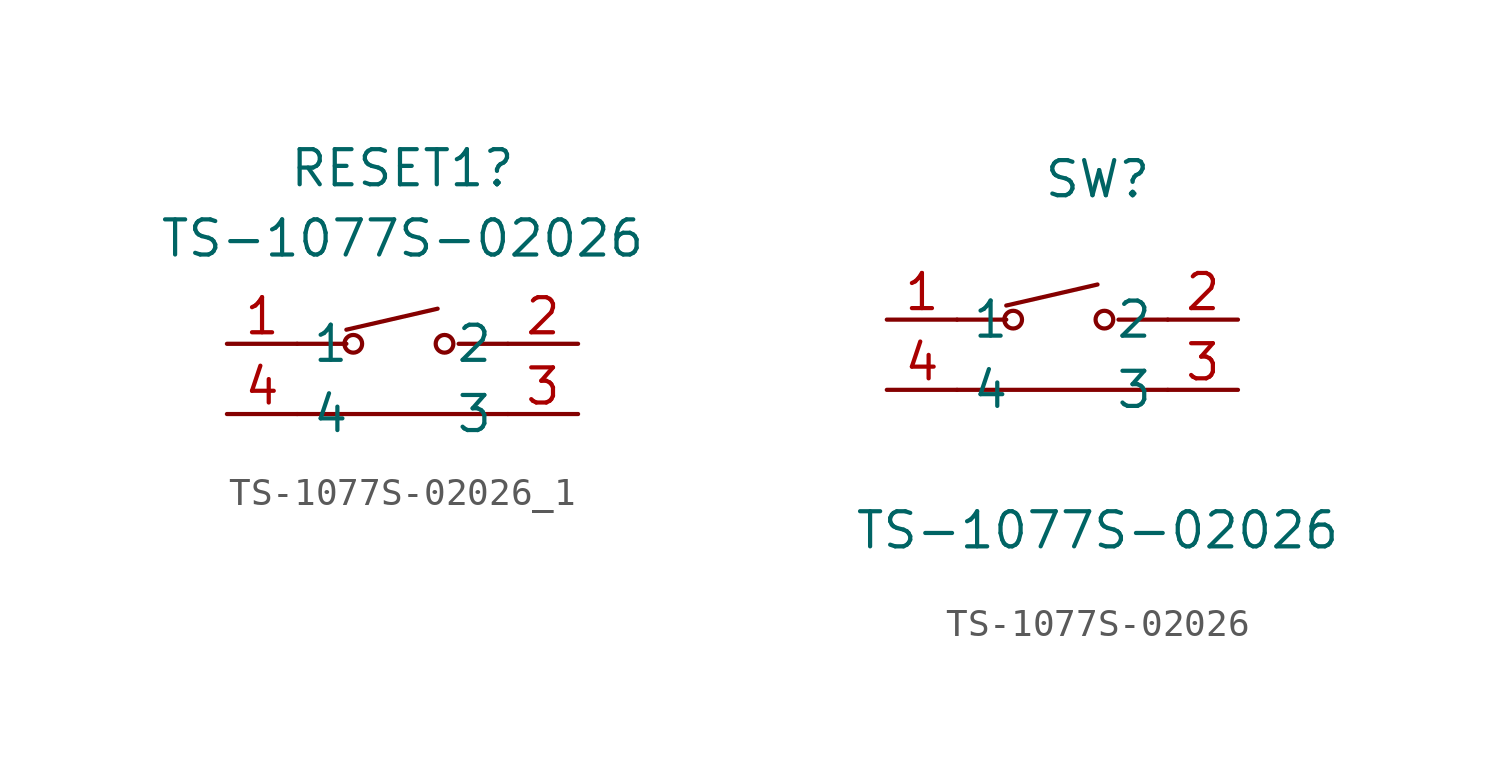
<source format=kicad_sym>
(kicad_symbol_lib
  (version 20241209)
  (generator "kicad_symbol_editor")
  (generator_version "9.0")
  (symbol "TS-1077S-02026_1"
    (property "Reference" "RESET1"
      (at -1.27 6.35 0)
      (effects (font (size 1.27 1.27))))
    (property "Value" "TS-1077S-02026"
      (at -1.27 3.81 0)
      (effects (font (size 1.27 1.27))))
    (symbol "TS-1077S-02026_1_0_1"
      (polyline (pts (xy -5.08 -2.54) (xy 2.54 -2.54)) (stroke (width 0) (type default)) (fill (type none)))
      (polyline (pts (xy -3.3 0.51) (xy 0 1.27)) (stroke (width 0) (type default)) (fill (type none)))
      (polyline (pts (xy -3.3 0) (xy -5.08 0)) (stroke (width 0) (type default)) (fill (type none)))
      (circle (center -3.05 0) (radius 0.32) (stroke (width 0) (type default)) (fill (type none)))
      (circle (center 0.25 0) (radius 0.32) (stroke (width 0) (type default)) (fill (type none)))
      (polyline (pts (xy 0.76 0) (xy 2.54 0)) (stroke (width 0) (type default)) (fill (type none))))
    (symbol "TS-1077S-02026_1_1_1"
      (pin passive line (at -7.62 0 0) (length 2.54) (name "1" (effects (font (size 1.27 1.27)))) (number "1" (effects (font (size 1.27 1.27)))))
      (pin passive line (at -7.62 -2.54 0) (length 2.54) (name "4" (effects (font (size 1.27 1.27)))) (number "4" (effects (font (size 1.27 1.27)))))
      (pin passive line (at 5.08 0 180) (length 2.54) (name "2" (effects (font (size 1.27 1.27)))) (number "2" (effects (font (size 1.27 1.27)))))
      (pin passive line (at 5.08 -2.54 180) (length 2.54) (name "3" (effects (font (size 1.27 1.27)))) (number "3" (effects (font (size 1.27 1.27)))))))
  (symbol "TS-1077S-02026"
    (property "Reference" "SW"
      (at 0 5.08 0)
      (effects (font (size 1.27 1.27))))
    (property "Value" "TS-1077S-02026"
      (at 0 -7.62 0)
      (effects (font (size 1.27 1.27))))
    (symbol "TS-1077S-02026_0_1"
      (polyline (pts (xy -5.08 -2.54) (xy 2.54 -2.54)) (stroke (width 0) (type default)) (fill (type none)))
      (polyline (pts (xy -3.3 0.51) (xy 0 1.27)) (stroke (width 0) (type default)) (fill (type none)))
      (polyline (pts (xy -3.3 0) (xy -5.08 0)) (stroke (width 0) (type default)) (fill (type none)))
      (circle (center -3.05 0) (radius 0.32) (stroke (width 0) (type default)) (fill (type none)))
      (circle (center 0.25 0) (radius 0.32) (stroke (width 0) (type default)) (fill (type none)))
      (polyline (pts (xy 0.76 0) (xy 2.54 0)) (stroke (width 0) (type default)) (fill (type none)))
      (pin unspecified line (at -7.62 0 0) (length 2.54) (name "1" (effects (font (size 1.27 1.27)))) (number "1" (effects (font (size 1.27 1.27)))))
      (pin unspecified line (at -7.62 -2.54 0) (length 2.54) (name "4" (effects (font (size 1.27 1.27)))) (number "4" (effects (font (size 1.27 1.27)))))
      (pin unspecified line (at 5.08 0 180) (length 2.54) (name "2" (effects (font (size 1.27 1.27)))) (number "2" (effects (font (size 1.27 1.27)))))
      (pin unspecified line (at 5.08 -2.54 180) (length 2.54) (name "3" (effects (font (size 1.27 1.27)))) (number "3" (effects (font (size 1.27 1.27))))))))
</source>
